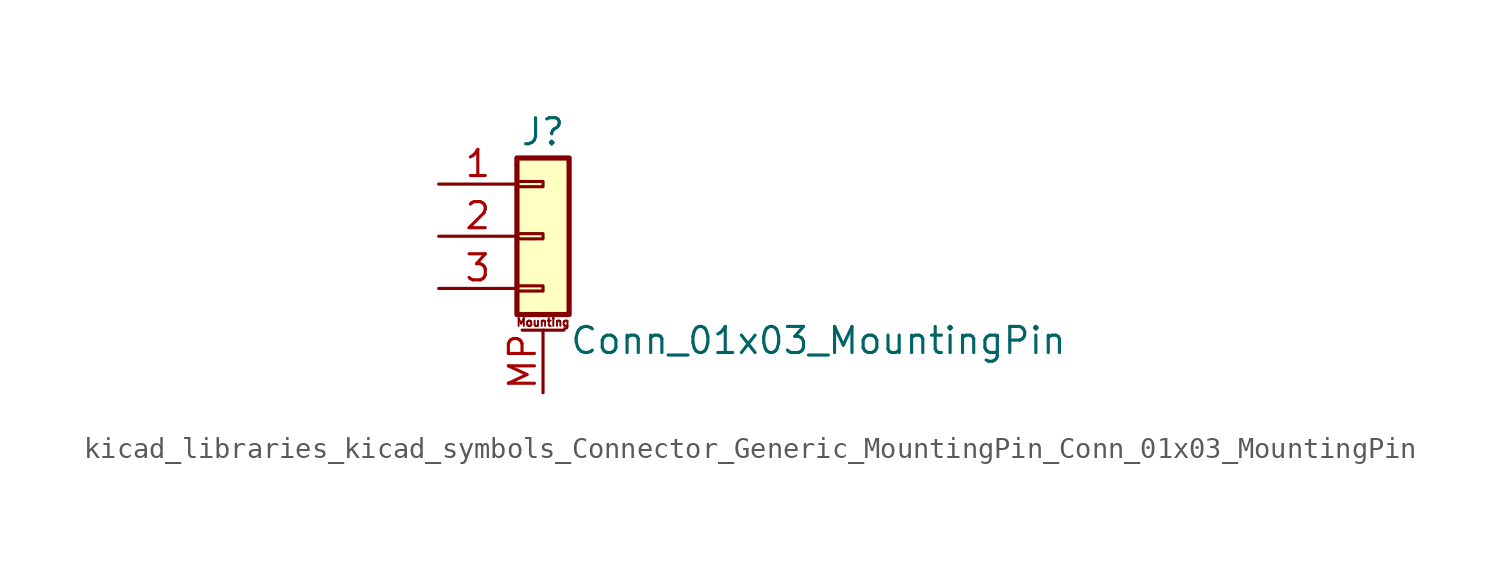
<source format=kicad_sym>
(kicad_symbol_lib
  (version 20220914)
  (generator kicad_symbol_editor)
  (symbol "kicad_libraries_kicad_symbols_Connector_Generic_MountingPin_Conn_01x03_MountingPin"
    (pin_names
      (offset 1.016) hide)
    (property "Reference" "J"
      (at 0 5.08 0)
      (effects (font (size 1.27 1.27))))
    (property "Value" "Conn_01x03_MountingPin"
      (at 1.27 -5.08 0)
      (effects (font (size 1.27 1.27)) (justify left)))
    (symbol "kicad_libraries_kicad_symbols_Connector_Generic_MountingPin_Conn_01x03_MountingPin_1_1"
      (rectangle (start -1.27 -2.413) (end 0 -2.667) (stroke (width 0.152) (type default)) (fill (type none)))
      (rectangle (start -1.27 0.127) (end 0 -0.127) (stroke (width 0.152) (type default)) (fill (type none)))
      (rectangle (start -1.27 2.667) (end 0 2.413) (stroke (width 0.152) (type default)) (fill (type none)))
      (rectangle (start -1.27 3.81) (end 1.27 -3.81) (stroke (width 0.254) (type default)) (fill (type background)))
      (polyline (pts (xy -1.016 -4.572) (xy 1.016 -4.572)) (stroke (width 0.152) (type default)) (fill (type none)))
      (text "Mounting" (at 0 -4.191 0) (effects (font (size 0.381 0.381))))
      (pin passive line (at -5.08 2.54 0) (length 3.81) (name "Pin_1" (effects (font (size 1.27 1.27)))) (number "1" (effects (font (size 1.27 1.27)))))
      (pin passive line (at -5.08 0 0) (length 3.81) (name "Pin_2" (effects (font (size 1.27 1.27)))) (number "2" (effects (font (size 1.27 1.27)))))
      (pin passive line (at -5.08 -2.54 0) (length 3.81) (name "Pin_3" (effects (font (size 1.27 1.27)))) (number "3" (effects (font (size 1.27 1.27)))))
      (pin passive line (at 0 -7.62 90) (length 3.048) (name "MountPin" (effects (font (size 1.27 1.27)))) (number "MP" (effects (font (size 1.27 1.27))))))))
</source>
